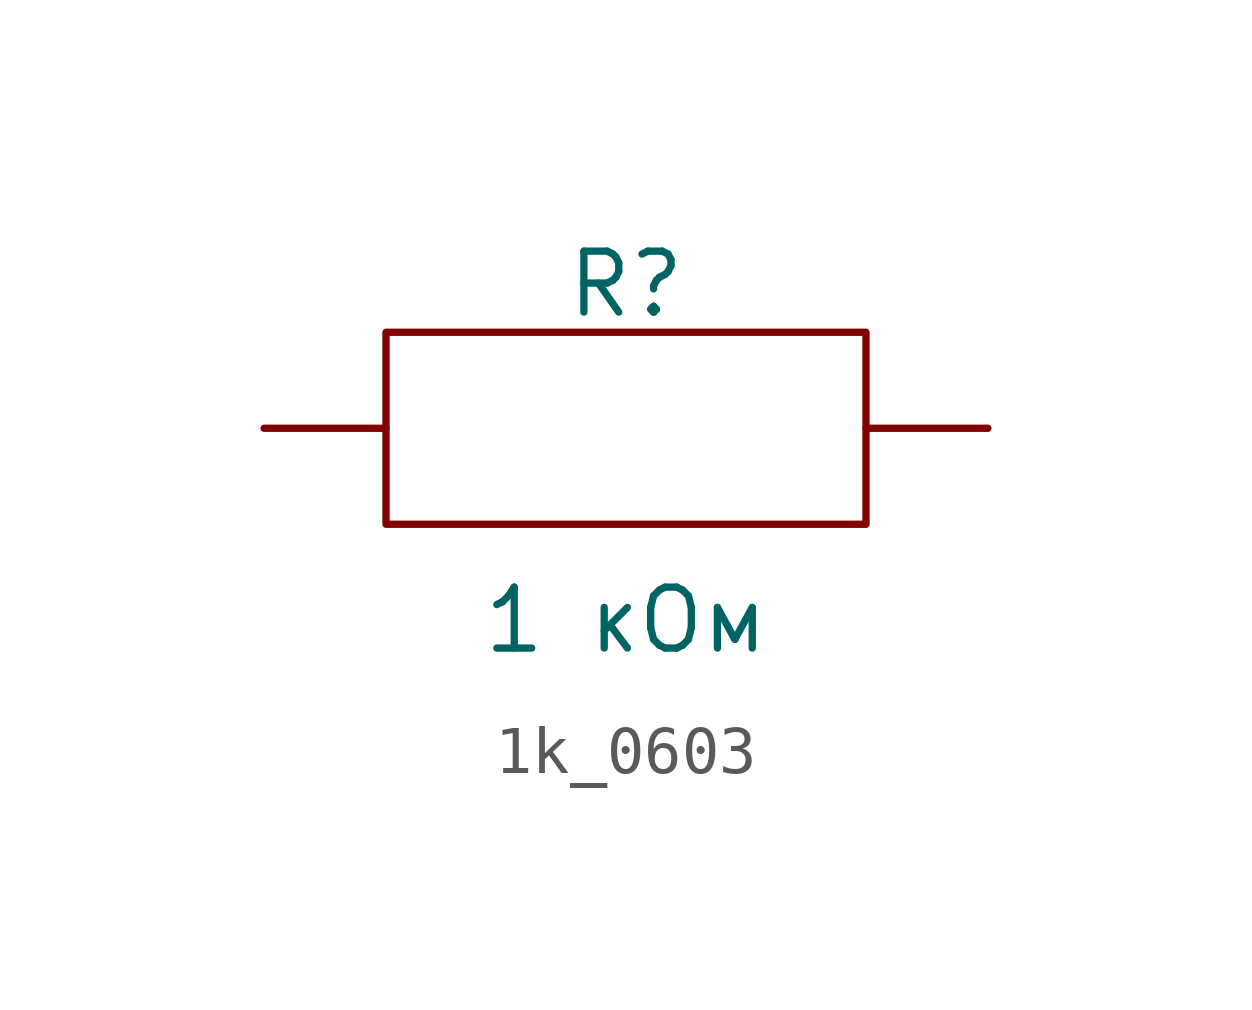
<source format=kicad_sym>
(kicad_symbol_lib
  (version 20231120)
  (generator "kicad_symbol_editor")
  (generator_version "8.0")
  (symbol "1k_0603"
    (property "Reference" "R"
      (at 5 1 0)
      (effects (font (size 1.27 1.27))))
    (property "Value" "1 кОм"
      (at 5 -6 0)
      (effects (font (size 1.27 1.27))))
    (symbol "1k_0603_0_1"
      (rectangle (start 0 0) (end 10 -4) (stroke (width 0) (type default)) (fill (type none))))
    (symbol "1k_0603_1_1"
      (pin input line (at 0 -2 180) (length 2.54) (name "" (effects (font (size 1.27 1.27)))) (number "" (effects (font (size 1.27 1.27)))))
      (pin input line (at 10 -2 0) (length 2.54) (name "" (effects (font (size 1.27 1.27)))) (number "" (effects (font (size 1.27 1.27))))))))
</source>
